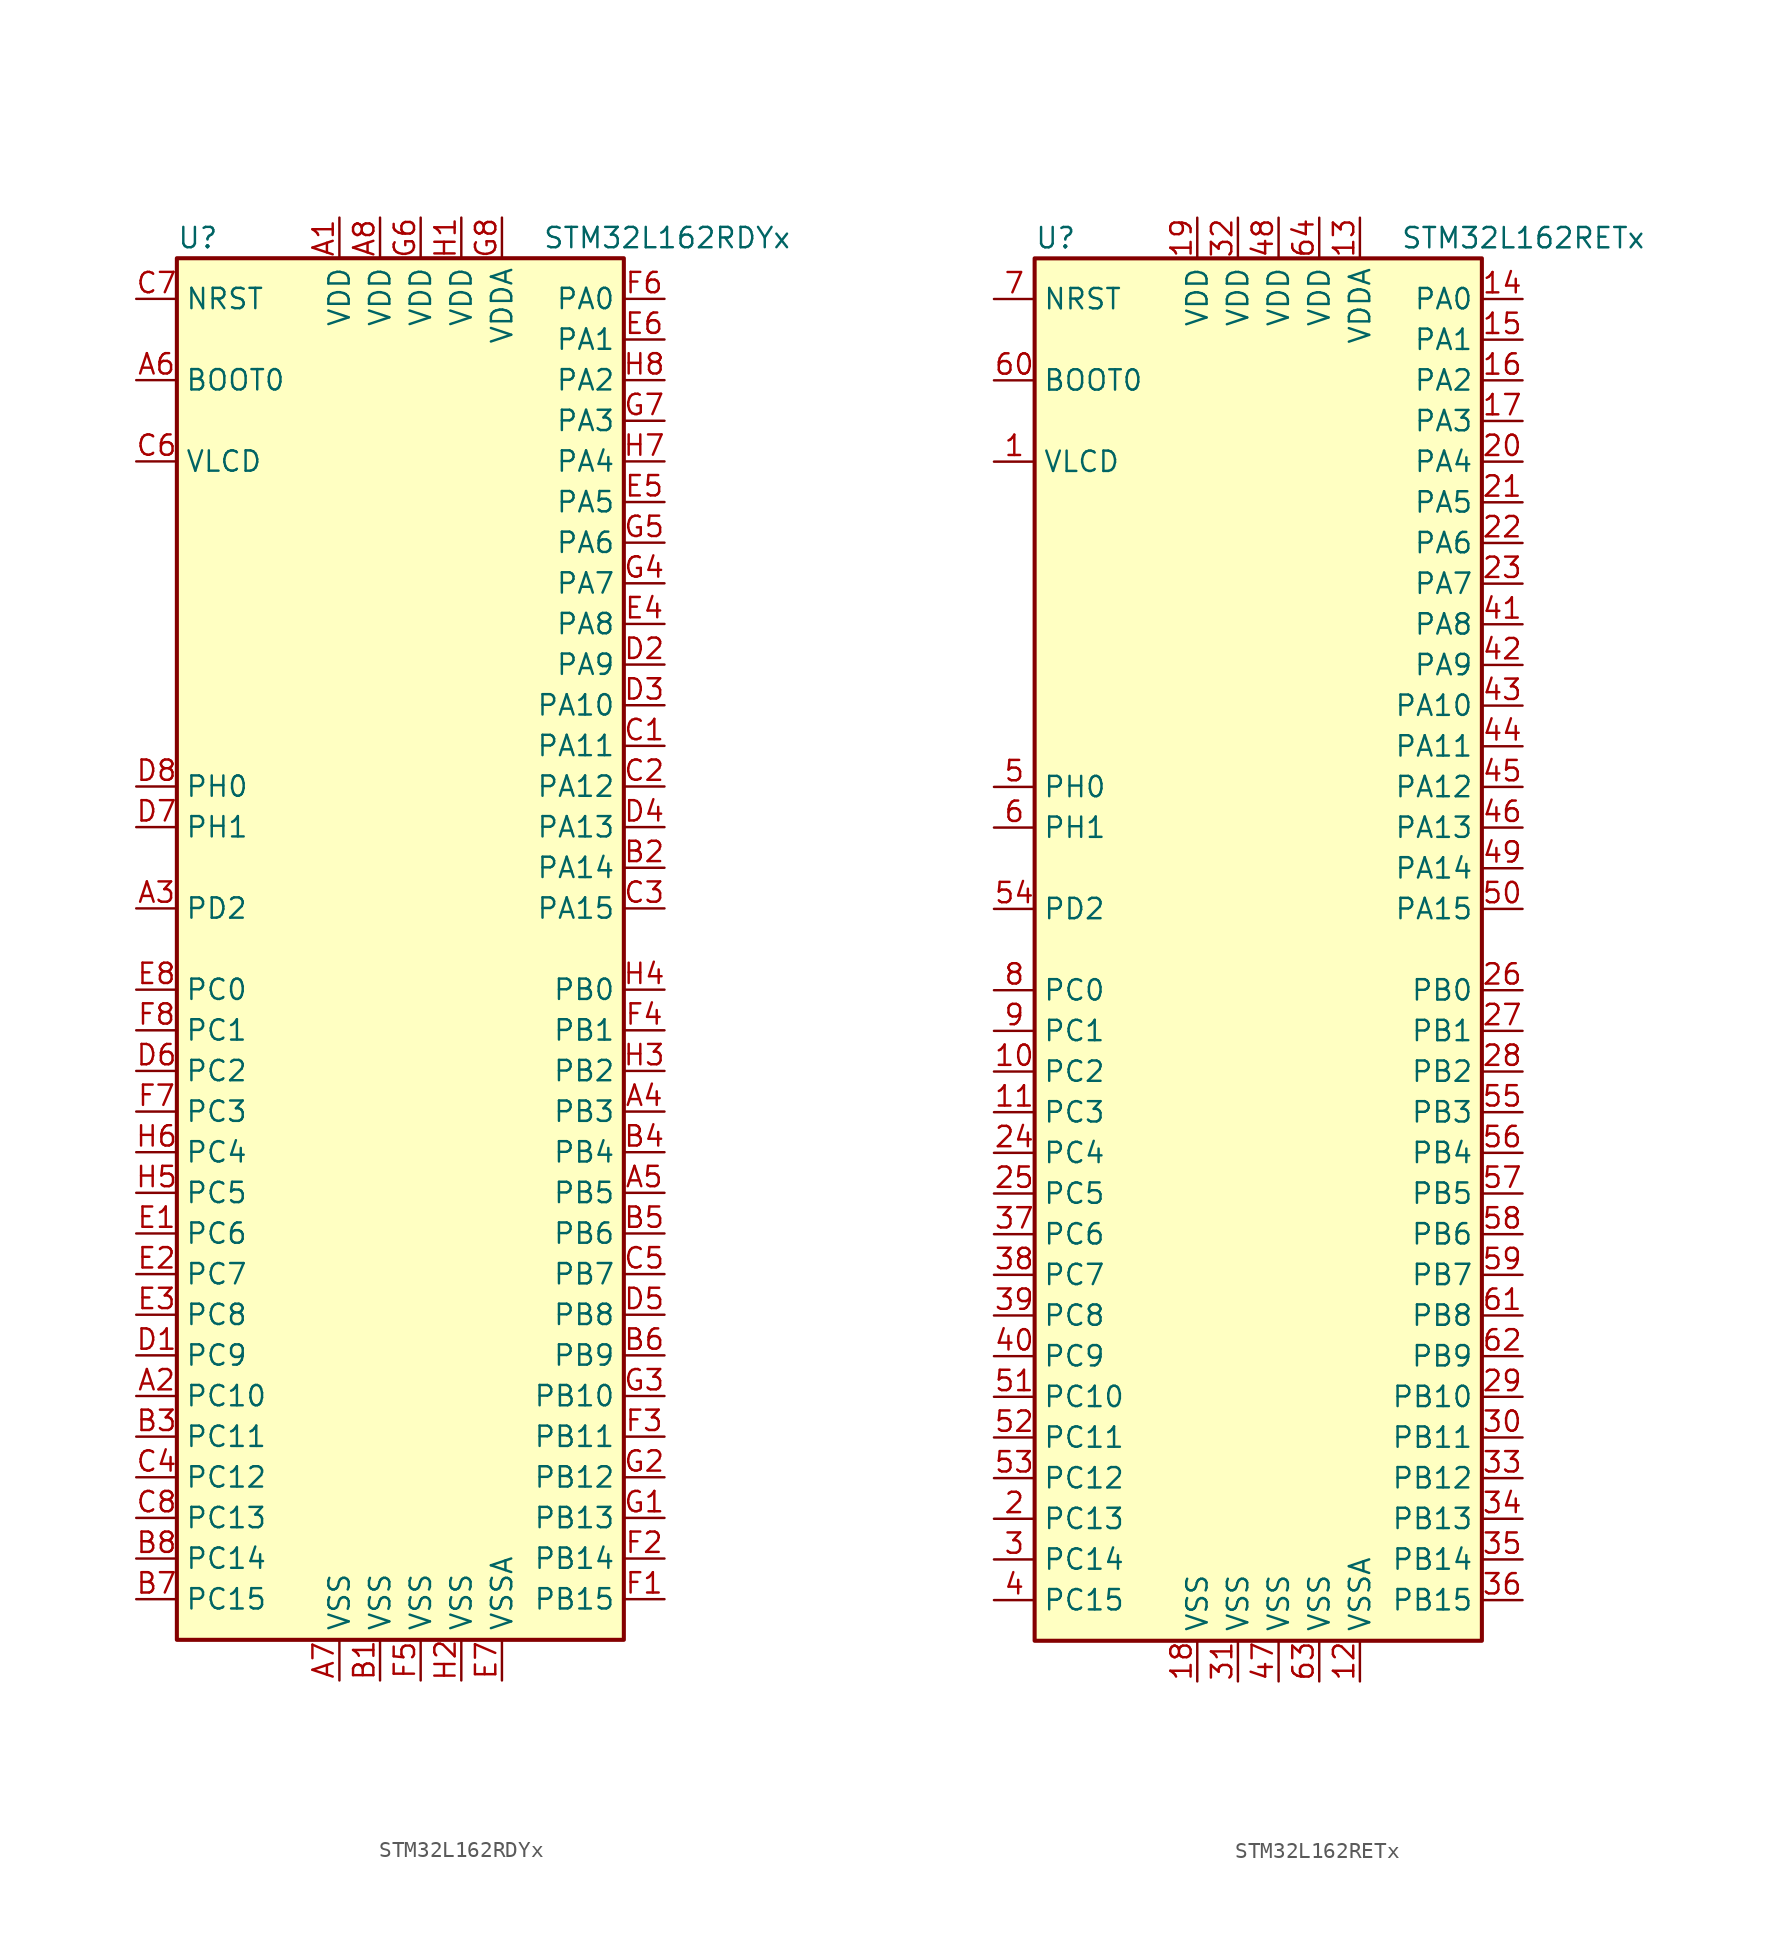
<source format=kicad_sym>
(kicad_symbol_lib
  (version 20201005)
  (generator kicad_symbol_editor)
  (symbol "STM32L162RDYx"
    (property "Reference" "U"
      (at -15.24 44.45 0)
      (effects (font (size 1.27 1.27)) (justify left)))
    (property "Value" "STM32L162RDYx"
      (at 7.62 44.45 0)
      (effects (font (size 1.27 1.27)) (justify left)))
    (symbol "STM32L162RDYx_0_1"
      (rectangle (start -15.24 -43.18) (end 12.7 43.18) (stroke (width 0.254)) (fill (type background))))
    (symbol "STM32L162RDYx_1_1"
      (pin power_in line (at -5.08 45.72 270) (length 2.54) (name "VDD" (effects (font (size 1.27 1.27)))) (number "A1" (effects (font (size 1.27 1.27)))))
      (pin bidirectional line (at -17.78 -27.94 0) (length 2.54) (name "PC10" (effects (font (size 1.27 1.27)))) (number "A2" (effects (font (size 1.27 1.27)))))
      (pin bidirectional line (at -17.78 2.54 0) (length 2.54) (name "PD2" (effects (font (size 1.27 1.27)))) (number "A3" (effects (font (size 1.27 1.27)))))
      (pin bidirectional line (at 15.24 -10.16 180) (length 2.54) (name "PB3" (effects (font (size 1.27 1.27)))) (number "A4" (effects (font (size 1.27 1.27)))))
      (pin bidirectional line (at 15.24 -15.24 180) (length 2.54) (name "PB5" (effects (font (size 1.27 1.27)))) (number "A5" (effects (font (size 1.27 1.27)))))
      (pin input line (at -17.78 35.56 0) (length 2.54) (name "BOOT0" (effects (font (size 1.27 1.27)))) (number "A6" (effects (font (size 1.27 1.27)))))
      (pin power_in line (at -5.08 -45.72 90) (length 2.54) (name "VSS" (effects (font (size 1.27 1.27)))) (number "A7" (effects (font (size 1.27 1.27)))))
      (pin power_in line (at -2.54 45.72 270) (length 2.54) (name "VDD" (effects (font (size 1.27 1.27)))) (number "A8" (effects (font (size 1.27 1.27)))))
      (pin power_in line (at -2.54 -45.72 90) (length 2.54) (name "VSS" (effects (font (size 1.27 1.27)))) (number "B1" (effects (font (size 1.27 1.27)))))
      (pin bidirectional line (at 15.24 5.08 180) (length 2.54) (name "PA14" (effects (font (size 1.27 1.27)))) (number "B2" (effects (font (size 1.27 1.27)))))
      (pin bidirectional line (at -17.78 -30.48 0) (length 2.54) (name "PC11" (effects (font (size 1.27 1.27)))) (number "B3" (effects (font (size 1.27 1.27)))))
      (pin bidirectional line (at 15.24 -12.7 180) (length 2.54) (name "PB4" (effects (font (size 1.27 1.27)))) (number "B4" (effects (font (size 1.27 1.27)))))
      (pin bidirectional line (at 15.24 -17.78 180) (length 2.54) (name "PB6" (effects (font (size 1.27 1.27)))) (number "B5" (effects (font (size 1.27 1.27)))))
      (pin bidirectional line (at 15.24 -25.4 180) (length 2.54) (name "PB9" (effects (font (size 1.27 1.27)))) (number "B6" (effects (font (size 1.27 1.27)))))
      (pin bidirectional line (at -17.78 -40.64 0) (length 2.54) (name "PC15" (effects (font (size 1.27 1.27)))) (number "B7" (effects (font (size 1.27 1.27)))))
      (pin bidirectional line (at -17.78 -38.1 0) (length 2.54) (name "PC14" (effects (font (size 1.27 1.27)))) (number "B8" (effects (font (size 1.27 1.27)))))
      (pin bidirectional line (at 15.24 12.7 180) (length 2.54) (name "PA11" (effects (font (size 1.27 1.27)))) (number "C1" (effects (font (size 1.27 1.27)))))
      (pin bidirectional line (at 15.24 10.16 180) (length 2.54) (name "PA12" (effects (font (size 1.27 1.27)))) (number "C2" (effects (font (size 1.27 1.27)))))
      (pin bidirectional line (at 15.24 2.54 180) (length 2.54) (name "PA15" (effects (font (size 1.27 1.27)))) (number "C3" (effects (font (size 1.27 1.27)))))
      (pin bidirectional line (at -17.78 -33.02 0) (length 2.54) (name "PC12" (effects (font (size 1.27 1.27)))) (number "C4" (effects (font (size 1.27 1.27)))))
      (pin bidirectional line (at 15.24 -20.32 180) (length 2.54) (name "PB7" (effects (font (size 1.27 1.27)))) (number "C5" (effects (font (size 1.27 1.27)))))
      (pin power_in line (at -17.78 30.48 0) (length 2.54) (name "VLCD" (effects (font (size 1.27 1.27)))) (number "C6" (effects (font (size 1.27 1.27)))))
      (pin input line (at -17.78 40.64 0) (length 2.54) (name "NRST" (effects (font (size 1.27 1.27)))) (number "C7" (effects (font (size 1.27 1.27)))))
      (pin bidirectional line (at -17.78 -35.56 0) (length 2.54) (name "PC13" (effects (font (size 1.27 1.27)))) (number "C8" (effects (font (size 1.27 1.27)))))
      (pin bidirectional line (at -17.78 -25.4 0) (length 2.54) (name "PC9" (effects (font (size 1.27 1.27)))) (number "D1" (effects (font (size 1.27 1.27)))))
      (pin bidirectional line (at 15.24 17.78 180) (length 2.54) (name "PA9" (effects (font (size 1.27 1.27)))) (number "D2" (effects (font (size 1.27 1.27)))))
      (pin bidirectional line (at 15.24 15.24 180) (length 2.54) (name "PA10" (effects (font (size 1.27 1.27)))) (number "D3" (effects (font (size 1.27 1.27)))))
      (pin bidirectional line (at 15.24 7.62 180) (length 2.54) (name "PA13" (effects (font (size 1.27 1.27)))) (number "D4" (effects (font (size 1.27 1.27)))))
      (pin bidirectional line (at 15.24 -22.86 180) (length 2.54) (name "PB8" (effects (font (size 1.27 1.27)))) (number "D5" (effects (font (size 1.27 1.27)))))
      (pin bidirectional line (at -17.78 -7.62 0) (length 2.54) (name "PC2" (effects (font (size 1.27 1.27)))) (number "D6" (effects (font (size 1.27 1.27)))))
      (pin input line (at -17.78 7.62 0) (length 2.54) (name "PH1" (effects (font (size 1.27 1.27)))) (number "D7" (effects (font (size 1.27 1.27)))))
      (pin input line (at -17.78 10.16 0) (length 2.54) (name "PH0" (effects (font (size 1.27 1.27)))) (number "D8" (effects (font (size 1.27 1.27)))))
      (pin bidirectional line (at -17.78 -17.78 0) (length 2.54) (name "PC6" (effects (font (size 1.27 1.27)))) (number "E1" (effects (font (size 1.27 1.27)))))
      (pin bidirectional line (at -17.78 -20.32 0) (length 2.54) (name "PC7" (effects (font (size 1.27 1.27)))) (number "E2" (effects (font (size 1.27 1.27)))))
      (pin bidirectional line (at -17.78 -22.86 0) (length 2.54) (name "PC8" (effects (font (size 1.27 1.27)))) (number "E3" (effects (font (size 1.27 1.27)))))
      (pin bidirectional line (at 15.24 20.32 180) (length 2.54) (name "PA8" (effects (font (size 1.27 1.27)))) (number "E4" (effects (font (size 1.27 1.27)))))
      (pin bidirectional line (at 15.24 27.94 180) (length 2.54) (name "PA5" (effects (font (size 1.27 1.27)))) (number "E5" (effects (font (size 1.27 1.27)))))
      (pin bidirectional line (at 15.24 38.1 180) (length 2.54) (name "PA1" (effects (font (size 1.27 1.27)))) (number "E6" (effects (font (size 1.27 1.27)))))
      (pin power_in line (at 5.08 -45.72 90) (length 2.54) (name "VSSA" (effects (font (size 1.27 1.27)))) (number "E7" (effects (font (size 1.27 1.27)))))
      (pin bidirectional line (at -17.78 -2.54 0) (length 2.54) (name "PC0" (effects (font (size 1.27 1.27)))) (number "E8" (effects (font (size 1.27 1.27)))))
      (pin bidirectional line (at 15.24 -40.64 180) (length 2.54) (name "PB15" (effects (font (size 1.27 1.27)))) (number "F1" (effects (font (size 1.27 1.27)))))
      (pin bidirectional line (at 15.24 -38.1 180) (length 2.54) (name "PB14" (effects (font (size 1.27 1.27)))) (number "F2" (effects (font (size 1.27 1.27)))))
      (pin bidirectional line (at 15.24 -30.48 180) (length 2.54) (name "PB11" (effects (font (size 1.27 1.27)))) (number "F3" (effects (font (size 1.27 1.27)))))
      (pin bidirectional line (at 15.24 -5.08 180) (length 2.54) (name "PB1" (effects (font (size 1.27 1.27)))) (number "F4" (effects (font (size 1.27 1.27)))))
      (pin power_in line (at 0 -45.72 90) (length 2.54) (name "VSS" (effects (font (size 1.27 1.27)))) (number "F5" (effects (font (size 1.27 1.27)))))
      (pin bidirectional line (at 15.24 40.64 180) (length 2.54) (name "PA0" (effects (font (size 1.27 1.27)))) (number "F6" (effects (font (size 1.27 1.27)))))
      (pin bidirectional line (at -17.78 -10.16 0) (length 2.54) (name "PC3" (effects (font (size 1.27 1.27)))) (number "F7" (effects (font (size 1.27 1.27)))))
      (pin bidirectional line (at -17.78 -5.08 0) (length 2.54) (name "PC1" (effects (font (size 1.27 1.27)))) (number "F8" (effects (font (size 1.27 1.27)))))
      (pin bidirectional line (at 15.24 -35.56 180) (length 2.54) (name "PB13" (effects (font (size 1.27 1.27)))) (number "G1" (effects (font (size 1.27 1.27)))))
      (pin bidirectional line (at 15.24 -33.02 180) (length 2.54) (name "PB12" (effects (font (size 1.27 1.27)))) (number "G2" (effects (font (size 1.27 1.27)))))
      (pin bidirectional line (at 15.24 -27.94 180) (length 2.54) (name "PB10" (effects (font (size 1.27 1.27)))) (number "G3" (effects (font (size 1.27 1.27)))))
      (pin bidirectional line (at 15.24 22.86 180) (length 2.54) (name "PA7" (effects (font (size 1.27 1.27)))) (number "G4" (effects (font (size 1.27 1.27)))))
      (pin bidirectional line (at 15.24 25.4 180) (length 2.54) (name "PA6" (effects (font (size 1.27 1.27)))) (number "G5" (effects (font (size 1.27 1.27)))))
      (pin power_in line (at 0 45.72 270) (length 2.54) (name "VDD" (effects (font (size 1.27 1.27)))) (number "G6" (effects (font (size 1.27 1.27)))))
      (pin bidirectional line (at 15.24 33.02 180) (length 2.54) (name "PA3" (effects (font (size 1.27 1.27)))) (number "G7" (effects (font (size 1.27 1.27)))))
      (pin power_in line (at 5.08 45.72 270) (length 2.54) (name "VDDA" (effects (font (size 1.27 1.27)))) (number "G8" (effects (font (size 1.27 1.27)))))
      (pin power_in line (at 2.54 45.72 270) (length 2.54) (name "VDD" (effects (font (size 1.27 1.27)))) (number "H1" (effects (font (size 1.27 1.27)))))
      (pin power_in line (at 2.54 -45.72 90) (length 2.54) (name "VSS" (effects (font (size 1.27 1.27)))) (number "H2" (effects (font (size 1.27 1.27)))))
      (pin bidirectional line (at 15.24 -7.62 180) (length 2.54) (name "PB2" (effects (font (size 1.27 1.27)))) (number "H3" (effects (font (size 1.27 1.27)))))
      (pin bidirectional line (at 15.24 -2.54 180) (length 2.54) (name "PB0" (effects (font (size 1.27 1.27)))) (number "H4" (effects (font (size 1.27 1.27)))))
      (pin bidirectional line (at -17.78 -15.24 0) (length 2.54) (name "PC5" (effects (font (size 1.27 1.27)))) (number "H5" (effects (font (size 1.27 1.27)))))
      (pin bidirectional line (at -17.78 -12.7 0) (length 2.54) (name "PC4" (effects (font (size 1.27 1.27)))) (number "H6" (effects (font (size 1.27 1.27)))))
      (pin bidirectional line (at 15.24 30.48 180) (length 2.54) (name "PA4" (effects (font (size 1.27 1.27)))) (number "H7" (effects (font (size 1.27 1.27)))))
      (pin bidirectional line (at 15.24 35.56 180) (length 2.54) (name "PA2" (effects (font (size 1.27 1.27)))) (number "H8" (effects (font (size 1.27 1.27)))))))
  (symbol "STM32L162RETx"
    (property "Reference" "U"
      (at -15.24 44.45 0)
      (effects (font (size 1.27 1.27)) (justify left)))
    (property "Value" "STM32L162RETx"
      (at 7.62 44.45 0)
      (effects (font (size 1.27 1.27)) (justify left)))
    (symbol "STM32L162RETx_0_1"
      (rectangle (start -15.24 -43.18) (end 12.7 43.18) (stroke (width 0.254)) (fill (type background))))
    (symbol "STM32L162RETx_1_1"
      (pin power_in line (at -17.78 30.48 0) (length 2.54) (name "VLCD" (effects (font (size 1.27 1.27)))) (number "1" (effects (font (size 1.27 1.27)))))
      (pin bidirectional line (at -17.78 -7.62 0) (length 2.54) (name "PC2" (effects (font (size 1.27 1.27)))) (number "10" (effects (font (size 1.27 1.27)))))
      (pin bidirectional line (at -17.78 -10.16 0) (length 2.54) (name "PC3" (effects (font (size 1.27 1.27)))) (number "11" (effects (font (size 1.27 1.27)))))
      (pin power_in line (at 5.08 -45.72 90) (length 2.54) (name "VSSA" (effects (font (size 1.27 1.27)))) (number "12" (effects (font (size 1.27 1.27)))))
      (pin power_in line (at 5.08 45.72 270) (length 2.54) (name "VDDA" (effects (font (size 1.27 1.27)))) (number "13" (effects (font (size 1.27 1.27)))))
      (pin bidirectional line (at 15.24 40.64 180) (length 2.54) (name "PA0" (effects (font (size 1.27 1.27)))) (number "14" (effects (font (size 1.27 1.27)))))
      (pin bidirectional line (at 15.24 38.1 180) (length 2.54) (name "PA1" (effects (font (size 1.27 1.27)))) (number "15" (effects (font (size 1.27 1.27)))))
      (pin bidirectional line (at 15.24 35.56 180) (length 2.54) (name "PA2" (effects (font (size 1.27 1.27)))) (number "16" (effects (font (size 1.27 1.27)))))
      (pin bidirectional line (at 15.24 33.02 180) (length 2.54) (name "PA3" (effects (font (size 1.27 1.27)))) (number "17" (effects (font (size 1.27 1.27)))))
      (pin power_in line (at -5.08 -45.72 90) (length 2.54) (name "VSS" (effects (font (size 1.27 1.27)))) (number "18" (effects (font (size 1.27 1.27)))))
      (pin power_in line (at -5.08 45.72 270) (length 2.54) (name "VDD" (effects (font (size 1.27 1.27)))) (number "19" (effects (font (size 1.27 1.27)))))
      (pin bidirectional line (at -17.78 -35.56 0) (length 2.54) (name "PC13" (effects (font (size 1.27 1.27)))) (number "2" (effects (font (size 1.27 1.27)))))
      (pin bidirectional line (at 15.24 30.48 180) (length 2.54) (name "PA4" (effects (font (size 1.27 1.27)))) (number "20" (effects (font (size 1.27 1.27)))))
      (pin bidirectional line (at 15.24 27.94 180) (length 2.54) (name "PA5" (effects (font (size 1.27 1.27)))) (number "21" (effects (font (size 1.27 1.27)))))
      (pin bidirectional line (at 15.24 25.4 180) (length 2.54) (name "PA6" (effects (font (size 1.27 1.27)))) (number "22" (effects (font (size 1.27 1.27)))))
      (pin bidirectional line (at 15.24 22.86 180) (length 2.54) (name "PA7" (effects (font (size 1.27 1.27)))) (number "23" (effects (font (size 1.27 1.27)))))
      (pin bidirectional line (at -17.78 -12.7 0) (length 2.54) (name "PC4" (effects (font (size 1.27 1.27)))) (number "24" (effects (font (size 1.27 1.27)))))
      (pin bidirectional line (at -17.78 -15.24 0) (length 2.54) (name "PC5" (effects (font (size 1.27 1.27)))) (number "25" (effects (font (size 1.27 1.27)))))
      (pin bidirectional line (at 15.24 -2.54 180) (length 2.54) (name "PB0" (effects (font (size 1.27 1.27)))) (number "26" (effects (font (size 1.27 1.27)))))
      (pin bidirectional line (at 15.24 -5.08 180) (length 2.54) (name "PB1" (effects (font (size 1.27 1.27)))) (number "27" (effects (font (size 1.27 1.27)))))
      (pin bidirectional line (at 15.24 -7.62 180) (length 2.54) (name "PB2" (effects (font (size 1.27 1.27)))) (number "28" (effects (font (size 1.27 1.27)))))
      (pin bidirectional line (at 15.24 -27.94 180) (length 2.54) (name "PB10" (effects (font (size 1.27 1.27)))) (number "29" (effects (font (size 1.27 1.27)))))
      (pin bidirectional line (at -17.78 -38.1 0) (length 2.54) (name "PC14" (effects (font (size 1.27 1.27)))) (number "3" (effects (font (size 1.27 1.27)))))
      (pin bidirectional line (at 15.24 -30.48 180) (length 2.54) (name "PB11" (effects (font (size 1.27 1.27)))) (number "30" (effects (font (size 1.27 1.27)))))
      (pin power_in line (at -2.54 -45.72 90) (length 2.54) (name "VSS" (effects (font (size 1.27 1.27)))) (number "31" (effects (font (size 1.27 1.27)))))
      (pin power_in line (at -2.54 45.72 270) (length 2.54) (name "VDD" (effects (font (size 1.27 1.27)))) (number "32" (effects (font (size 1.27 1.27)))))
      (pin bidirectional line (at 15.24 -33.02 180) (length 2.54) (name "PB12" (effects (font (size 1.27 1.27)))) (number "33" (effects (font (size 1.27 1.27)))))
      (pin bidirectional line (at 15.24 -35.56 180) (length 2.54) (name "PB13" (effects (font (size 1.27 1.27)))) (number "34" (effects (font (size 1.27 1.27)))))
      (pin bidirectional line (at 15.24 -38.1 180) (length 2.54) (name "PB14" (effects (font (size 1.27 1.27)))) (number "35" (effects (font (size 1.27 1.27)))))
      (pin bidirectional line (at 15.24 -40.64 180) (length 2.54) (name "PB15" (effects (font (size 1.27 1.27)))) (number "36" (effects (font (size 1.27 1.27)))))
      (pin bidirectional line (at -17.78 -17.78 0) (length 2.54) (name "PC6" (effects (font (size 1.27 1.27)))) (number "37" (effects (font (size 1.27 1.27)))))
      (pin bidirectional line (at -17.78 -20.32 0) (length 2.54) (name "PC7" (effects (font (size 1.27 1.27)))) (number "38" (effects (font (size 1.27 1.27)))))
      (pin bidirectional line (at -17.78 -22.86 0) (length 2.54) (name "PC8" (effects (font (size 1.27 1.27)))) (number "39" (effects (font (size 1.27 1.27)))))
      (pin bidirectional line (at -17.78 -40.64 0) (length 2.54) (name "PC15" (effects (font (size 1.27 1.27)))) (number "4" (effects (font (size 1.27 1.27)))))
      (pin bidirectional line (at -17.78 -25.4 0) (length 2.54) (name "PC9" (effects (font (size 1.27 1.27)))) (number "40" (effects (font (size 1.27 1.27)))))
      (pin bidirectional line (at 15.24 20.32 180) (length 2.54) (name "PA8" (effects (font (size 1.27 1.27)))) (number "41" (effects (font (size 1.27 1.27)))))
      (pin bidirectional line (at 15.24 17.78 180) (length 2.54) (name "PA9" (effects (font (size 1.27 1.27)))) (number "42" (effects (font (size 1.27 1.27)))))
      (pin bidirectional line (at 15.24 15.24 180) (length 2.54) (name "PA10" (effects (font (size 1.27 1.27)))) (number "43" (effects (font (size 1.27 1.27)))))
      (pin bidirectional line (at 15.24 12.7 180) (length 2.54) (name "PA11" (effects (font (size 1.27 1.27)))) (number "44" (effects (font (size 1.27 1.27)))))
      (pin bidirectional line (at 15.24 10.16 180) (length 2.54) (name "PA12" (effects (font (size 1.27 1.27)))) (number "45" (effects (font (size 1.27 1.27)))))
      (pin bidirectional line (at 15.24 7.62 180) (length 2.54) (name "PA13" (effects (font (size 1.27 1.27)))) (number "46" (effects (font (size 1.27 1.27)))))
      (pin power_in line (at 0 -45.72 90) (length 2.54) (name "VSS" (effects (font (size 1.27 1.27)))) (number "47" (effects (font (size 1.27 1.27)))))
      (pin power_in line (at 0 45.72 270) (length 2.54) (name "VDD" (effects (font (size 1.27 1.27)))) (number "48" (effects (font (size 1.27 1.27)))))
      (pin bidirectional line (at 15.24 5.08 180) (length 2.54) (name "PA14" (effects (font (size 1.27 1.27)))) (number "49" (effects (font (size 1.27 1.27)))))
      (pin input line (at -17.78 10.16 0) (length 2.54) (name "PH0" (effects (font (size 1.27 1.27)))) (number "5" (effects (font (size 1.27 1.27)))))
      (pin bidirectional line (at 15.24 2.54 180) (length 2.54) (name "PA15" (effects (font (size 1.27 1.27)))) (number "50" (effects (font (size 1.27 1.27)))))
      (pin bidirectional line (at -17.78 -27.94 0) (length 2.54) (name "PC10" (effects (font (size 1.27 1.27)))) (number "51" (effects (font (size 1.27 1.27)))))
      (pin bidirectional line (at -17.78 -30.48 0) (length 2.54) (name "PC11" (effects (font (size 1.27 1.27)))) (number "52" (effects (font (size 1.27 1.27)))))
      (pin bidirectional line (at -17.78 -33.02 0) (length 2.54) (name "PC12" (effects (font (size 1.27 1.27)))) (number "53" (effects (font (size 1.27 1.27)))))
      (pin bidirectional line (at -17.78 2.54 0) (length 2.54) (name "PD2" (effects (font (size 1.27 1.27)))) (number "54" (effects (font (size 1.27 1.27)))))
      (pin bidirectional line (at 15.24 -10.16 180) (length 2.54) (name "PB3" (effects (font (size 1.27 1.27)))) (number "55" (effects (font (size 1.27 1.27)))))
      (pin bidirectional line (at 15.24 -12.7 180) (length 2.54) (name "PB4" (effects (font (size 1.27 1.27)))) (number "56" (effects (font (size 1.27 1.27)))))
      (pin bidirectional line (at 15.24 -15.24 180) (length 2.54) (name "PB5" (effects (font (size 1.27 1.27)))) (number "57" (effects (font (size 1.27 1.27)))))
      (pin bidirectional line (at 15.24 -17.78 180) (length 2.54) (name "PB6" (effects (font (size 1.27 1.27)))) (number "58" (effects (font (size 1.27 1.27)))))
      (pin bidirectional line (at 15.24 -20.32 180) (length 2.54) (name "PB7" (effects (font (size 1.27 1.27)))) (number "59" (effects (font (size 1.27 1.27)))))
      (pin input line (at -17.78 7.62 0) (length 2.54) (name "PH1" (effects (font (size 1.27 1.27)))) (number "6" (effects (font (size 1.27 1.27)))))
      (pin input line (at -17.78 35.56 0) (length 2.54) (name "BOOT0" (effects (font (size 1.27 1.27)))) (number "60" (effects (font (size 1.27 1.27)))))
      (pin bidirectional line (at 15.24 -22.86 180) (length 2.54) (name "PB8" (effects (font (size 1.27 1.27)))) (number "61" (effects (font (size 1.27 1.27)))))
      (pin bidirectional line (at 15.24 -25.4 180) (length 2.54) (name "PB9" (effects (font (size 1.27 1.27)))) (number "62" (effects (font (size 1.27 1.27)))))
      (pin power_in line (at 2.54 -45.72 90) (length 2.54) (name "VSS" (effects (font (size 1.27 1.27)))) (number "63" (effects (font (size 1.27 1.27)))))
      (pin power_in line (at 2.54 45.72 270) (length 2.54) (name "VDD" (effects (font (size 1.27 1.27)))) (number "64" (effects (font (size 1.27 1.27)))))
      (pin input line (at -17.78 40.64 0) (length 2.54) (name "NRST" (effects (font (size 1.27 1.27)))) (number "7" (effects (font (size 1.27 1.27)))))
      (pin bidirectional line (at -17.78 -2.54 0) (length 2.54) (name "PC0" (effects (font (size 1.27 1.27)))) (number "8" (effects (font (size 1.27 1.27)))))
      (pin bidirectional line (at -17.78 -5.08 0) (length 2.54) (name "PC1" (effects (font (size 1.27 1.27)))) (number "9" (effects (font (size 1.27 1.27))))))))
</source>
